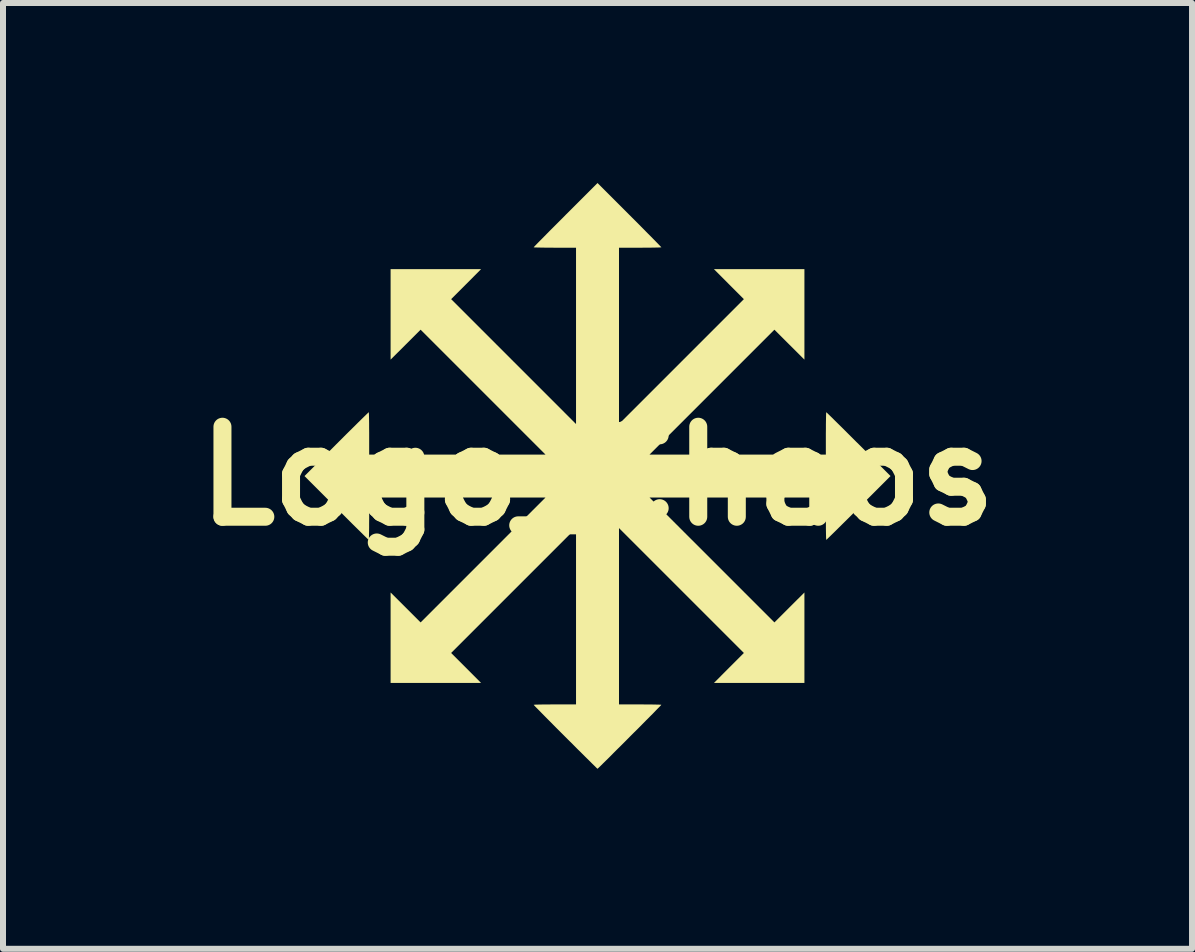
<source format=kicad_pcb>
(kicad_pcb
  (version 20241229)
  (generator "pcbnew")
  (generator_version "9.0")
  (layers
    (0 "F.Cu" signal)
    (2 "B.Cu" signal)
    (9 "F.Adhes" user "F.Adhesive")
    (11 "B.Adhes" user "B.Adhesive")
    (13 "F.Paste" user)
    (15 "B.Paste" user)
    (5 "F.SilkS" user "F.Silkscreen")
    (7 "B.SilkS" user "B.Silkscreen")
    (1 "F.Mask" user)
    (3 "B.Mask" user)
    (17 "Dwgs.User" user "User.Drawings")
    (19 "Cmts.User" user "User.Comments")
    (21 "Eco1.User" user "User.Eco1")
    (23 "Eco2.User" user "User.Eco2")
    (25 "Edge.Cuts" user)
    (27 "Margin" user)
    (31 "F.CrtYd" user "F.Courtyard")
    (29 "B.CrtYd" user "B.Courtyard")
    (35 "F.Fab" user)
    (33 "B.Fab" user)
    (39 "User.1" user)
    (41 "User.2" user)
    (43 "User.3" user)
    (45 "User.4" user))
  (footprint "Logo_Chaos"
    (layer "F.Cu")
    (at 6.907 4.883)
    (property "Reference" "Logo_Chaos" (at 0 0 180) (layer "F.SilkS") (effects (font (size 1.5 1.5) (thickness 0.3))))
    (attr board_only exclude_from_pos_files exclude_from_bom)
    (fp_poly (pts (xy 0.532 -4.351) (xy 0.614 -4.269) (xy 0.692 -4.191) (xy 0.765 -4.117) (xy 0.832 -4.049) (xy 0.893 -3.988) (xy 0.946 -3.934) (xy 0.99 -3.889) (xy 1.025 -3.853) (xy 1.049 -3.828) (xy 1.062 -3.815) (xy 1.064 -3.812) (xy 1.055 -3.811) (xy 1.03 -3.809) (xy 0.99 -3.808) (xy 0.938 -3.807) (xy 0.876 -3.806) (xy 0.805 -3.806) (xy 0.727 -3.805) (xy 0.711 -3.805) (xy 0.358 -3.805) (xy 0.358 -2.336) (xy 0.358 -0.867) (xy 1.398 -1.907) (xy 2.439 -2.948) (xy 2.189 -3.198) (xy 1.94 -3.448) (xy 2.694 -3.448) (xy 3.448 -3.448) (xy 3.448 -2.694) (xy 3.448 -1.94) (xy 3.198 -2.189) (xy 2.948 -2.439) (xy 1.907 -1.398) (xy 0.867 -0.358) (xy 2.336 -0.358) (xy 3.805 -0.358) (xy 3.805 -0.711) (xy 3.806 -0.789) (xy 3.806 -0.861) (xy 3.807 -0.926) (xy 3.808 -0.98) (xy 3.809 -1.022) (xy 3.81 -1.051) (xy 3.812 -1.063) (xy 3.812 -1.064) (xy 3.82 -1.057) (xy 3.839 -1.039) (xy 3.869 -1.01) (xy 3.91 -0.97) (xy 3.959 -0.921) (xy 4.017 -0.864) (xy 4.082 -0.8) (xy 4.152 -0.73) (xy 4.228 -0.654) (xy 4.308 -0.574) (xy 4.351 -0.532) (xy 4.883 0) (xy 4.351 0.532) (xy 4.269 0.614) (xy 4.191 0.692) (xy 4.117 0.765) (xy 4.049 0.832) (xy 3.988 0.893) (xy 3.934 0.946) (xy 3.889 0.99) (xy 3.853 1.025) (xy 3.828 1.049) (xy 3.815 1.062) (xy 3.812 1.064) (xy 3.811 1.055) (xy 3.809 1.03) (xy 3.808 0.99) (xy 3.807 0.938) (xy 3.806 0.876) (xy 3.806 0.805) (xy 3.805 0.727) (xy 3.805 0.711) (xy 3.805 0.358) (xy 2.336 0.358) (xy 0.867 0.358) (xy 1.907 1.398) (xy 2.948 2.439) (xy 3.198 2.189) (xy 3.448 1.94) (xy 3.448 2.694) (xy 3.448 3.448) (xy 2.694 3.448) (xy 1.94 3.448) (xy 2.189 3.198) (xy 2.439 2.948) (xy 1.398 1.907) (xy 0.358 0.867) (xy 0.358 2.336) (xy 0.358 3.805) (xy 0.711 3.805) (xy 0.789 3.806) (xy 0.861 3.806) (xy 0.926 3.807) (xy 0.98 3.808) (xy 1.022 3.809) (xy 1.051 3.81) (xy 1.063 3.812) (xy 1.064 3.812) (xy 1.057 3.82) (xy 1.039 3.839) (xy 1.01 3.868) (xy 0.972 3.907) (xy 0.926 3.955) (xy 0.872 4.009) (xy 0.812 4.069) (xy 0.748 4.134) (xy 0.68 4.203) (xy 0.609 4.273) (xy 0.537 4.345) (xy 0.466 4.417) (xy 0.395 4.488) (xy 0.326 4.556) (xy 0.261 4.621) (xy 0.201 4.682) (xy 0.146 4.736) (xy 0.098 4.783) (xy 0.059 4.822) (xy 0.028 4.852) (xy 0.008 4.871) (xy 0.000061 4.878) (xy -0.000059 4.878) (xy -0.007 4.872) (xy -0.026 4.854) (xy -0.056 4.824) (xy -0.096 4.785) (xy -0.145 4.736) (xy -0.203 4.679) (xy -0.267 4.615) (xy -0.338 4.545) (xy -0.413 4.469) (xy -0.493 4.39) (xy -0.534 4.349) (xy -0.616 4.267) (xy -0.694 4.189) (xy -0.767 4.115) (xy -0.834 4.048) (xy -0.894 3.987) (xy -0.947 3.933) (xy -0.991 3.888) (xy -1.026 3.853) (xy -1.05 3.828) (xy -1.062 3.814) (xy -1.064 3.812) (xy -1.055 3.811) (xy -1.03 3.809) (xy -0.99 3.808) (xy -0.938 3.807) (xy -0.876 3.806) (xy -0.805 3.806) (xy -0.727 3.805) (xy -0.711 3.805) (xy -0.358 3.805) (xy -0.358 2.336) (xy -0.358 0.867) (xy -1.398 1.907) (xy -2.439 2.948) (xy -2.189 3.198) (xy -1.94 3.448) (xy -2.694 3.448) (xy -3.448 3.448) (xy -3.448 2.694) (xy -3.448 1.94) (xy -3.198 2.189) (xy -2.948 2.439) (xy -1.907 1.398) (xy -0.867 0.358) (xy -2.336 0.358) (xy -3.805 0.358) (xy -3.805 0.711) (xy -3.806 0.789) (xy -3.806 0.861) (xy -3.807 0.926) (xy -3.808 0.98) (xy -3.809 1.022) (xy -3.81 1.051) (xy -3.812 1.063) (xy -3.812 1.064) (xy -3.82 1.057) (xy -3.839 1.039) (xy -3.869 1.01) (xy -3.91 0.97) (xy -3.959 0.921) (xy -4.017 0.864) (xy -4.082 0.8) (xy -4.152 0.73) (xy -4.228 0.654) (xy -4.308 0.574) (xy -4.351 0.532) (xy -4.883 0) (xy -4.351 -0.532) (xy -4.269 -0.614) (xy -4.191 -0.692) (xy -4.117 -0.765) (xy -4.049 -0.832) (xy -3.988 -0.893) (xy -3.934 -0.946) (xy -3.889 -0.99) (xy -3.853 -1.025) (xy -3.828 -1.049) (xy -3.815 -1.062) (xy -3.812 -1.064) (xy -3.811 -1.055) (xy -3.809 -1.03) (xy -3.808 -0.99) (xy -3.807 -0.938) (xy -3.806 -0.876) (xy -3.806 -0.805) (xy -3.805 -0.727) (xy -3.805 -0.711) (xy -3.805 -0.358) (xy -2.336 -0.358) (xy -0.867 -0.358) (xy -1.907 -1.398) (xy -2.948 -2.439) (xy -3.198 -2.189) (xy -3.448 -1.94) (xy -3.448 -2.694) (xy -3.448 -3.448) (xy -2.694 -3.448) (xy -1.94 -3.448) (xy -2.189 -3.198) (xy -2.439 -2.948) (xy -1.398 -1.907) (xy -0.358 -0.867) (xy -0.358 -2.336) (xy -0.358 -3.805) (xy -0.711 -3.805) (xy -0.789 -3.806) (xy -0.861 -3.806) (xy -0.926 -3.807) (xy -0.98 -3.808) (xy -1.022 -3.809) (xy -1.051 -3.81) (xy -1.063 -3.812) (xy -1.064 -3.812) (xy -1.057 -3.82) (xy -1.039 -3.839) (xy -1.01 -3.869) (xy -0.97 -3.91) (xy -0.921 -3.959) (xy -0.864 -4.017) (xy -0.8 -4.082) (xy -0.73 -4.152) (xy -0.654 -4.228) (xy -0.574 -4.308) (xy -0.532 -4.351) (xy 0 -4.883)) (stroke (width 0) (type solid)) (fill yes) (layer "F.SilkS")))
  (gr_rect
    (start -3 -3)
    (end 16.814 12.761)
    (stroke (width 0.1) (type default))
    (fill no)
    (layer "Edge.Cuts")))
</source>
